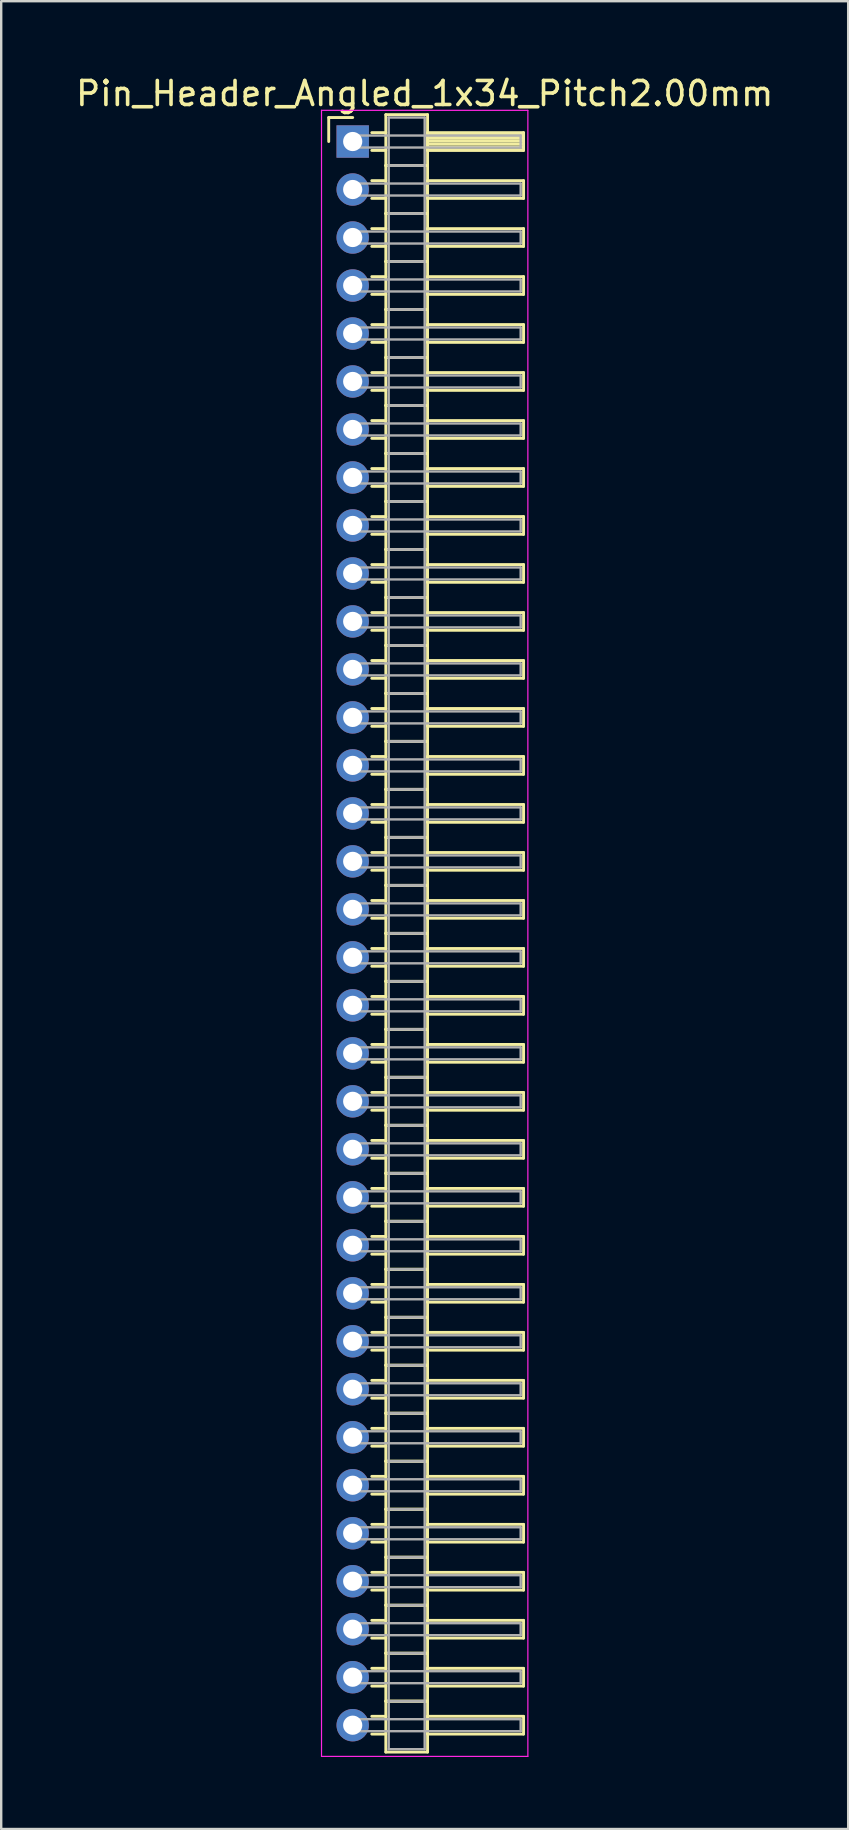
<source format=kicad_pcb>
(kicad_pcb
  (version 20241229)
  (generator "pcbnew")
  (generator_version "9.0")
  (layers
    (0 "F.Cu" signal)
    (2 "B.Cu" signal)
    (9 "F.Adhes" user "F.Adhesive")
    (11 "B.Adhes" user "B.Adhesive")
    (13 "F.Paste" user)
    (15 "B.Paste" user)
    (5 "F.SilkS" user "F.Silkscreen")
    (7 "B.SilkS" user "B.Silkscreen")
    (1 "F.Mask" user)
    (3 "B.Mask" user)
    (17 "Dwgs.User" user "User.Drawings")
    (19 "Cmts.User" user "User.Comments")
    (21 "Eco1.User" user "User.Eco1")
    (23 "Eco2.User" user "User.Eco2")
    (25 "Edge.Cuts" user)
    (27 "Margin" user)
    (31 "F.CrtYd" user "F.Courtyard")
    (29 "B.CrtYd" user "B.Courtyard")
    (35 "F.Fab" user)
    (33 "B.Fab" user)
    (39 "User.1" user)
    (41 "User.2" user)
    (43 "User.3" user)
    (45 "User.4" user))
  (footprint "Pin_Header_Angled_1x34_Pitch2.00mm"
    (layer "F.Cu")
    (at 11.649 2.848)
    (property "Reference" "Pin_Header_Angled_1x34_Pitch2.00mm" (at 3 -2 0) (layer "F.SilkS") (effects (font (size 1 1) (thickness 0.15))))
    (attr through_hole)
    (fp_line (start -1 -1) (end 0 -1) (stroke (width 0.12) (type solid)) (layer "F.SilkS"))
    (fp_line (start -1 0) (end -1 -1) (stroke (width 0.12) (type solid)) (layer "F.SilkS"))
    (fp_line (start 0.795 -0.37) (end 1.38 -0.37) (stroke (width 0.12) (type solid)) (layer "F.SilkS"))
    (fp_line (start 0.795 0.37) (end 1.38 0.37) (stroke (width 0.12) (type solid)) (layer "F.SilkS"))
    (fp_line (start 0.795 1.63) (end 1.38 1.63) (stroke (width 0.12) (type solid)) (layer "F.SilkS"))
    (fp_line (start 0.795 2.37) (end 1.38 2.37) (stroke (width 0.12) (type solid)) (layer "F.SilkS"))
    (fp_line (start 0.795 3.63) (end 1.38 3.63) (stroke (width 0.12) (type solid)) (layer "F.SilkS"))
    (fp_line (start 0.795 4.37) (end 1.38 4.37) (stroke (width 0.12) (type solid)) (layer "F.SilkS"))
    (fp_line (start 0.795 5.63) (end 1.38 5.63) (stroke (width 0.12) (type solid)) (layer "F.SilkS"))
    (fp_line (start 0.795 6.37) (end 1.38 6.37) (stroke (width 0.12) (type solid)) (layer "F.SilkS"))
    (fp_line (start 0.795 7.63) (end 1.38 7.63) (stroke (width 0.12) (type solid)) (layer "F.SilkS"))
    (fp_line (start 0.795 8.37) (end 1.38 8.37) (stroke (width 0.12) (type solid)) (layer "F.SilkS"))
    (fp_line (start 0.795 9.63) (end 1.38 9.63) (stroke (width 0.12) (type solid)) (layer "F.SilkS"))
    (fp_line (start 0.795 10.37) (end 1.38 10.37) (stroke (width 0.12) (type solid)) (layer "F.SilkS"))
    (fp_line (start 0.795 11.63) (end 1.38 11.63) (stroke (width 0.12) (type solid)) (layer "F.SilkS"))
    (fp_line (start 0.795 12.37) (end 1.38 12.37) (stroke (width 0.12) (type solid)) (layer "F.SilkS"))
    (fp_line (start 0.795 13.63) (end 1.38 13.63) (stroke (width 0.12) (type solid)) (layer "F.SilkS"))
    (fp_line (start 0.795 14.37) (end 1.38 14.37) (stroke (width 0.12) (type solid)) (layer "F.SilkS"))
    (fp_line (start 0.795 15.63) (end 1.38 15.63) (stroke (width 0.12) (type solid)) (layer "F.SilkS"))
    (fp_line (start 0.795 16.37) (end 1.38 16.37) (stroke (width 0.12) (type solid)) (layer "F.SilkS"))
    (fp_line (start 0.795 17.63) (end 1.38 17.63) (stroke (width 0.12) (type solid)) (layer "F.SilkS"))
    (fp_line (start 0.795 18.37) (end 1.38 18.37) (stroke (width 0.12) (type solid)) (layer "F.SilkS"))
    (fp_line (start 0.795 19.63) (end 1.38 19.63) (stroke (width 0.12) (type solid)) (layer "F.SilkS"))
    (fp_line (start 0.795 20.37) (end 1.38 20.37) (stroke (width 0.12) (type solid)) (layer "F.SilkS"))
    (fp_line (start 0.795 21.63) (end 1.38 21.63) (stroke (width 0.12) (type solid)) (layer "F.SilkS"))
    (fp_line (start 0.795 22.37) (end 1.38 22.37) (stroke (width 0.12) (type solid)) (layer "F.SilkS"))
    (fp_line (start 0.795 23.63) (end 1.38 23.63) (stroke (width 0.12) (type solid)) (layer "F.SilkS"))
    (fp_line (start 0.795 24.37) (end 1.38 24.37) (stroke (width 0.12) (type solid)) (layer "F.SilkS"))
    (fp_line (start 0.795 25.63) (end 1.38 25.63) (stroke (width 0.12) (type solid)) (layer "F.SilkS"))
    (fp_line (start 0.795 26.37) (end 1.38 26.37) (stroke (width 0.12) (type solid)) (layer "F.SilkS"))
    (fp_line (start 0.795 27.63) (end 1.38 27.63) (stroke (width 0.12) (type solid)) (layer "F.SilkS"))
    (fp_line (start 0.795 28.37) (end 1.38 28.37) (stroke (width 0.12) (type solid)) (layer "F.SilkS"))
    (fp_line (start 0.795 29.63) (end 1.38 29.63) (stroke (width 0.12) (type solid)) (layer "F.SilkS"))
    (fp_line (start 0.795 30.37) (end 1.38 30.37) (stroke (width 0.12) (type solid)) (layer "F.SilkS"))
    (fp_line (start 0.795 31.63) (end 1.38 31.63) (stroke (width 0.12) (type solid)) (layer "F.SilkS"))
    (fp_line (start 0.795 32.37) (end 1.38 32.37) (stroke (width 0.12) (type solid)) (layer "F.SilkS"))
    (fp_line (start 0.795 33.63) (end 1.38 33.63) (stroke (width 0.12) (type solid)) (layer "F.SilkS"))
    (fp_line (start 0.795 34.37) (end 1.38 34.37) (stroke (width 0.12) (type solid)) (layer "F.SilkS"))
    (fp_line (start 0.795 35.63) (end 1.38 35.63) (stroke (width 0.12) (type solid)) (layer "F.SilkS"))
    (fp_line (start 0.795 36.37) (end 1.38 36.37) (stroke (width 0.12) (type solid)) (layer "F.SilkS"))
    (fp_line (start 0.795 37.63) (end 1.38 37.63) (stroke (width 0.12) (type solid)) (layer "F.SilkS"))
    (fp_line (start 0.795 38.37) (end 1.38 38.37) (stroke (width 0.12) (type solid)) (layer "F.SilkS"))
    (fp_line (start 0.795 39.63) (end 1.38 39.63) (stroke (width 0.12) (type solid)) (layer "F.SilkS"))
    (fp_line (start 0.795 40.37) (end 1.38 40.37) (stroke (width 0.12) (type solid)) (layer "F.SilkS"))
    (fp_line (start 0.795 41.63) (end 1.38 41.63) (stroke (width 0.12) (type solid)) (layer "F.SilkS"))
    (fp_line (start 0.795 42.37) (end 1.38 42.37) (stroke (width 0.12) (type solid)) (layer "F.SilkS"))
    (fp_line (start 0.795 43.63) (end 1.38 43.63) (stroke (width 0.12) (type solid)) (layer "F.SilkS"))
    (fp_line (start 0.795 44.37) (end 1.38 44.37) (stroke (width 0.12) (type solid)) (layer "F.SilkS"))
    (fp_line (start 0.795 45.63) (end 1.38 45.63) (stroke (width 0.12) (type solid)) (layer "F.SilkS"))
    (fp_line (start 0.795 46.37) (end 1.38 46.37) (stroke (width 0.12) (type solid)) (layer "F.SilkS"))
    (fp_line (start 0.795 47.63) (end 1.38 47.63) (stroke (width 0.12) (type solid)) (layer "F.SilkS"))
    (fp_line (start 0.795 48.37) (end 1.38 48.37) (stroke (width 0.12) (type solid)) (layer "F.SilkS"))
    (fp_line (start 0.795 49.63) (end 1.38 49.63) (stroke (width 0.12) (type solid)) (layer "F.SilkS"))
    (fp_line (start 0.795 50.37) (end 1.38 50.37) (stroke (width 0.12) (type solid)) (layer "F.SilkS"))
    (fp_line (start 0.795 51.63) (end 1.38 51.63) (stroke (width 0.12) (type solid)) (layer "F.SilkS"))
    (fp_line (start 0.795 52.37) (end 1.38 52.37) (stroke (width 0.12) (type solid)) (layer "F.SilkS"))
    (fp_line (start 0.795 53.63) (end 1.38 53.63) (stroke (width 0.12) (type solid)) (layer "F.SilkS"))
    (fp_line (start 0.795 54.37) (end 1.38 54.37) (stroke (width 0.12) (type solid)) (layer "F.SilkS"))
    (fp_line (start 0.795 55.63) (end 1.38 55.63) (stroke (width 0.12) (type solid)) (layer "F.SilkS"))
    (fp_line (start 0.795 56.37) (end 1.38 56.37) (stroke (width 0.12) (type solid)) (layer "F.SilkS"))
    (fp_line (start 0.795 57.63) (end 1.38 57.63) (stroke (width 0.12) (type solid)) (layer "F.SilkS"))
    (fp_line (start 0.795 58.37) (end 1.38 58.37) (stroke (width 0.12) (type solid)) (layer "F.SilkS"))
    (fp_line (start 0.795 59.63) (end 1.38 59.63) (stroke (width 0.12) (type solid)) (layer "F.SilkS"))
    (fp_line (start 0.795 60.37) (end 1.38 60.37) (stroke (width 0.12) (type solid)) (layer "F.SilkS"))
    (fp_line (start 0.795 61.63) (end 1.38 61.63) (stroke (width 0.12) (type solid)) (layer "F.SilkS"))
    (fp_line (start 0.795 62.37) (end 1.38 62.37) (stroke (width 0.12) (type solid)) (layer "F.SilkS"))
    (fp_line (start 0.795 63.63) (end 1.38 63.63) (stroke (width 0.12) (type solid)) (layer "F.SilkS"))
    (fp_line (start 0.795 64.37) (end 1.38 64.37) (stroke (width 0.12) (type solid)) (layer "F.SilkS"))
    (fp_line (start 0.795 65.63) (end 1.38 65.63) (stroke (width 0.12) (type solid)) (layer "F.SilkS"))
    (fp_line (start 0.795 66.37) (end 1.38 66.37) (stroke (width 0.12) (type solid)) (layer "F.SilkS"))
    (fp_line (start 1.38 -1.12) (end 1.38 1) (stroke (width 0.12) (type solid)) (layer "F.SilkS"))
    (fp_line (start 1.38 1) (end 1.38 3) (stroke (width 0.12) (type solid)) (layer "F.SilkS"))
    (fp_line (start 1.38 1) (end 3.12 1) (stroke (width 0.12) (type solid)) (layer "F.SilkS"))
    (fp_line (start 1.38 3) (end 1.38 5) (stroke (width 0.12) (type solid)) (layer "F.SilkS"))
    (fp_line (start 1.38 3) (end 3.12 3) (stroke (width 0.12) (type solid)) (layer "F.SilkS"))
    (fp_line (start 1.38 5) (end 1.38 7) (stroke (width 0.12) (type solid)) (layer "F.SilkS"))
    (fp_line (start 1.38 5) (end 3.12 5) (stroke (width 0.12) (type solid)) (layer "F.SilkS"))
    (fp_line (start 1.38 7) (end 1.38 9) (stroke (width 0.12) (type solid)) (layer "F.SilkS"))
    (fp_line (start 1.38 7) (end 3.12 7) (stroke (width 0.12) (type solid)) (layer "F.SilkS"))
    (fp_line (start 1.38 9) (end 1.38 11) (stroke (width 0.12) (type solid)) (layer "F.SilkS"))
    (fp_line (start 1.38 9) (end 3.12 9) (stroke (width 0.12) (type solid)) (layer "F.SilkS"))
    (fp_line (start 1.38 11) (end 1.38 13) (stroke (width 0.12) (type solid)) (layer "F.SilkS"))
    (fp_line (start 1.38 11) (end 3.12 11) (stroke (width 0.12) (type solid)) (layer "F.SilkS"))
    (fp_line (start 1.38 13) (end 1.38 15) (stroke (width 0.12) (type solid)) (layer "F.SilkS"))
    (fp_line (start 1.38 13) (end 3.12 13) (stroke (width 0.12) (type solid)) (layer "F.SilkS"))
    (fp_line (start 1.38 15) (end 1.38 17) (stroke (width 0.12) (type solid)) (layer "F.SilkS"))
    (fp_line (start 1.38 15) (end 3.12 15) (stroke (width 0.12) (type solid)) (layer "F.SilkS"))
    (fp_line (start 1.38 17) (end 1.38 19) (stroke (width 0.12) (type solid)) (layer "F.SilkS"))
    (fp_line (start 1.38 17) (end 3.12 17) (stroke (width 0.12) (type solid)) (layer "F.SilkS"))
    (fp_line (start 1.38 19) (end 1.38 21) (stroke (width 0.12) (type solid)) (layer "F.SilkS"))
    (fp_line (start 1.38 19) (end 3.12 19) (stroke (width 0.12) (type solid)) (layer "F.SilkS"))
    (fp_line (start 1.38 21) (end 1.38 23) (stroke (width 0.12) (type solid)) (layer "F.SilkS"))
    (fp_line (start 1.38 21) (end 3.12 21) (stroke (width 0.12) (type solid)) (layer "F.SilkS"))
    (fp_line (start 1.38 23) (end 1.38 25) (stroke (width 0.12) (type solid)) (layer "F.SilkS"))
    (fp_line (start 1.38 23) (end 3.12 23) (stroke (width 0.12) (type solid)) (layer "F.SilkS"))
    (fp_line (start 1.38 25) (end 1.38 27) (stroke (width 0.12) (type solid)) (layer "F.SilkS"))
    (fp_line (start 1.38 25) (end 3.12 25) (stroke (width 0.12) (type solid)) (layer "F.SilkS"))
    (fp_line (start 1.38 27) (end 1.38 29) (stroke (width 0.12) (type solid)) (layer "F.SilkS"))
    (fp_line (start 1.38 27) (end 3.12 27) (stroke (width 0.12) (type solid)) (layer "F.SilkS"))
    (fp_line (start 1.38 29) (end 1.38 31) (stroke (width 0.12) (type solid)) (layer "F.SilkS"))
    (fp_line (start 1.38 29) (end 3.12 29) (stroke (width 0.12) (type solid)) (layer "F.SilkS"))
    (fp_line (start 1.38 31) (end 1.38 33) (stroke (width 0.12) (type solid)) (layer "F.SilkS"))
    (fp_line (start 1.38 31) (end 3.12 31) (stroke (width 0.12) (type solid)) (layer "F.SilkS"))
    (fp_line (start 1.38 33) (end 1.38 35) (stroke (width 0.12) (type solid)) (layer "F.SilkS"))
    (fp_line (start 1.38 33) (end 3.12 33) (stroke (width 0.12) (type solid)) (layer "F.SilkS"))
    (fp_line (start 1.38 35) (end 1.38 37) (stroke (width 0.12) (type solid)) (layer "F.SilkS"))
    (fp_line (start 1.38 35) (end 3.12 35) (stroke (width 0.12) (type solid)) (layer "F.SilkS"))
    (fp_line (start 1.38 37) (end 1.38 39) (stroke (width 0.12) (type solid)) (layer "F.SilkS"))
    (fp_line (start 1.38 37) (end 3.12 37) (stroke (width 0.12) (type solid)) (layer "F.SilkS"))
    (fp_line (start 1.38 39) (end 1.38 41) (stroke (width 0.12) (type solid)) (layer "F.SilkS"))
    (fp_line (start 1.38 39) (end 3.12 39) (stroke (width 0.12) (type solid)) (layer "F.SilkS"))
    (fp_line (start 1.38 41) (end 1.38 43) (stroke (width 0.12) (type solid)) (layer "F.SilkS"))
    (fp_line (start 1.38 41) (end 3.12 41) (stroke (width 0.12) (type solid)) (layer "F.SilkS"))
    (fp_line (start 1.38 43) (end 1.38 45) (stroke (width 0.12) (type solid)) (layer "F.SilkS"))
    (fp_line (start 1.38 43) (end 3.12 43) (stroke (width 0.12) (type solid)) (layer "F.SilkS"))
    (fp_line (start 1.38 45) (end 1.38 47) (stroke (width 0.12) (type solid)) (layer "F.SilkS"))
    (fp_line (start 1.38 45) (end 3.12 45) (stroke (width 0.12) (type solid)) (layer "F.SilkS"))
    (fp_line (start 1.38 47) (end 1.38 49) (stroke (width 0.12) (type solid)) (layer "F.SilkS"))
    (fp_line (start 1.38 47) (end 3.12 47) (stroke (width 0.12) (type solid)) (layer "F.SilkS"))
    (fp_line (start 1.38 49) (end 1.38 51) (stroke (width 0.12) (type solid)) (layer "F.SilkS"))
    (fp_line (start 1.38 49) (end 3.12 49) (stroke (width 0.12) (type solid)) (layer "F.SilkS"))
    (fp_line (start 1.38 51) (end 1.38 53) (stroke (width 0.12) (type solid)) (layer "F.SilkS"))
    (fp_line (start 1.38 51) (end 3.12 51) (stroke (width 0.12) (type solid)) (layer "F.SilkS"))
    (fp_line (start 1.38 53) (end 1.38 55) (stroke (width 0.12) (type solid)) (layer "F.SilkS"))
    (fp_line (start 1.38 53) (end 3.12 53) (stroke (width 0.12) (type solid)) (layer "F.SilkS"))
    (fp_line (start 1.38 55) (end 1.38 57) (stroke (width 0.12) (type solid)) (layer "F.SilkS"))
    (fp_line (start 1.38 55) (end 3.12 55) (stroke (width 0.12) (type solid)) (layer "F.SilkS"))
    (fp_line (start 1.38 57) (end 1.38 59) (stroke (width 0.12) (type solid)) (layer "F.SilkS"))
    (fp_line (start 1.38 57) (end 3.12 57) (stroke (width 0.12) (type solid)) (layer "F.SilkS"))
    (fp_line (start 1.38 59) (end 1.38 61) (stroke (width 0.12) (type solid)) (layer "F.SilkS"))
    (fp_line (start 1.38 59) (end 3.12 59) (stroke (width 0.12) (type solid)) (layer "F.SilkS"))
    (fp_line (start 1.38 61) (end 1.38 63) (stroke (width 0.12) (type solid)) (layer "F.SilkS"))
    (fp_line (start 1.38 61) (end 3.12 61) (stroke (width 0.12) (type solid)) (layer "F.SilkS"))
    (fp_line (start 1.38 63) (end 1.38 65) (stroke (width 0.12) (type solid)) (layer "F.SilkS"))
    (fp_line (start 1.38 63) (end 3.12 63) (stroke (width 0.12) (type solid)) (layer "F.SilkS"))
    (fp_line (start 1.38 65) (end 1.38 67.12) (stroke (width 0.12) (type solid)) (layer "F.SilkS"))
    (fp_line (start 1.38 65) (end 3.12 65) (stroke (width 0.12) (type solid)) (layer "F.SilkS"))
    (fp_line (start 1.38 67.12) (end 3.12 67.12) (stroke (width 0.12) (type solid)) (layer "F.SilkS"))
    (fp_line (start 3.12 -1.12) (end 1.38 -1.12) (stroke (width 0.12) (type solid)) (layer "F.SilkS"))
    (fp_line (start 3.12 -0.37) (end 3.12 0.37) (stroke (width 0.12) (type solid)) (layer "F.SilkS"))
    (fp_line (start 3.12 -0.25) (end 7.12 -0.25) (stroke (width 0.12) (type solid)) (layer "F.SilkS"))
    (fp_line (start 3.12 -0.13) (end 7.12 -0.13) (stroke (width 0.12) (type solid)) (layer "F.SilkS"))
    (fp_line (start 3.12 -0.01) (end 7.12 -0.01) (stroke (width 0.12) (type solid)) (layer "F.SilkS"))
    (fp_line (start 3.12 0.11) (end 7.12 0.11) (stroke (width 0.12) (type solid)) (layer "F.SilkS"))
    (fp_line (start 3.12 0.23) (end 7.12 0.23) (stroke (width 0.12) (type solid)) (layer "F.SilkS"))
    (fp_line (start 3.12 0.35) (end 7.12 0.35) (stroke (width 0.12) (type solid)) (layer "F.SilkS"))
    (fp_line (start 3.12 0.37) (end 7.12 0.37) (stroke (width 0.12) (type solid)) (layer "F.SilkS"))
    (fp_line (start 3.12 1) (end 1.38 1) (stroke (width 0.12) (type solid)) (layer "F.SilkS"))
    (fp_line (start 3.12 1) (end 3.12 -1.12) (stroke (width 0.12) (type solid)) (layer "F.SilkS"))
    (fp_line (start 3.12 1.63) (end 3.12 2.37) (stroke (width 0.12) (type solid)) (layer "F.SilkS"))
    (fp_line (start 3.12 2.37) (end 7.12 2.37) (stroke (width 0.12) (type solid)) (layer "F.SilkS"))
    (fp_line (start 3.12 3) (end 1.38 3) (stroke (width 0.12) (type solid)) (layer "F.SilkS"))
    (fp_line (start 3.12 3) (end 3.12 1) (stroke (width 0.12) (type solid)) (layer "F.SilkS"))
    (fp_line (start 3.12 3.63) (end 3.12 4.37) (stroke (width 0.12) (type solid)) (layer "F.SilkS"))
    (fp_line (start 3.12 4.37) (end 7.12 4.37) (stroke (width 0.12) (type solid)) (layer "F.SilkS"))
    (fp_line (start 3.12 5) (end 1.38 5) (stroke (width 0.12) (type solid)) (layer "F.SilkS"))
    (fp_line (start 3.12 5) (end 3.12 3) (stroke (width 0.12) (type solid)) (layer "F.SilkS"))
    (fp_line (start 3.12 5.63) (end 3.12 6.37) (stroke (width 0.12) (type solid)) (layer "F.SilkS"))
    (fp_line (start 3.12 6.37) (end 7.12 6.37) (stroke (width 0.12) (type solid)) (layer "F.SilkS"))
    (fp_line (start 3.12 7) (end 1.38 7) (stroke (width 0.12) (type solid)) (layer "F.SilkS"))
    (fp_line (start 3.12 7) (end 3.12 5) (stroke (width 0.12) (type solid)) (layer "F.SilkS"))
    (fp_line (start 3.12 7.63) (end 3.12 8.37) (stroke (width 0.12) (type solid)) (layer "F.SilkS"))
    (fp_line (start 3.12 8.37) (end 7.12 8.37) (stroke (width 0.12) (type solid)) (layer "F.SilkS"))
    (fp_line (start 3.12 9) (end 1.38 9) (stroke (width 0.12) (type solid)) (layer "F.SilkS"))
    (fp_line (start 3.12 9) (end 3.12 7) (stroke (width 0.12) (type solid)) (layer "F.SilkS"))
    (fp_line (start 3.12 9.63) (end 3.12 10.37) (stroke (width 0.12) (type solid)) (layer "F.SilkS"))
    (fp_line (start 3.12 10.37) (end 7.12 10.37) (stroke (width 0.12) (type solid)) (layer "F.SilkS"))
    (fp_line (start 3.12 11) (end 1.38 11) (stroke (width 0.12) (type solid)) (layer "F.SilkS"))
    (fp_line (start 3.12 11) (end 3.12 9) (stroke (width 0.12) (type solid)) (layer "F.SilkS"))
    (fp_line (start 3.12 11.63) (end 3.12 12.37) (stroke (width 0.12) (type solid)) (layer "F.SilkS"))
    (fp_line (start 3.12 12.37) (end 7.12 12.37) (stroke (width 0.12) (type solid)) (layer "F.SilkS"))
    (fp_line (start 3.12 13) (end 1.38 13) (stroke (width 0.12) (type solid)) (layer "F.SilkS"))
    (fp_line (start 3.12 13) (end 3.12 11) (stroke (width 0.12) (type solid)) (layer "F.SilkS"))
    (fp_line (start 3.12 13.63) (end 3.12 14.37) (stroke (width 0.12) (type solid)) (layer "F.SilkS"))
    (fp_line (start 3.12 14.37) (end 7.12 14.37) (stroke (width 0.12) (type solid)) (layer "F.SilkS"))
    (fp_line (start 3.12 15) (end 1.38 15) (stroke (width 0.12) (type solid)) (layer "F.SilkS"))
    (fp_line (start 3.12 15) (end 3.12 13) (stroke (width 0.12) (type solid)) (layer "F.SilkS"))
    (fp_line (start 3.12 15.63) (end 3.12 16.37) (stroke (width 0.12) (type solid)) (layer "F.SilkS"))
    (fp_line (start 3.12 16.37) (end 7.12 16.37) (stroke (width 0.12) (type solid)) (layer "F.SilkS"))
    (fp_line (start 3.12 17) (end 1.38 17) (stroke (width 0.12) (type solid)) (layer "F.SilkS"))
    (fp_line (start 3.12 17) (end 3.12 15) (stroke (width 0.12) (type solid)) (layer "F.SilkS"))
    (fp_line (start 3.12 17.63) (end 3.12 18.37) (stroke (width 0.12) (type solid)) (layer "F.SilkS"))
    (fp_line (start 3.12 18.37) (end 7.12 18.37) (stroke (width 0.12) (type solid)) (layer "F.SilkS"))
    (fp_line (start 3.12 19) (end 1.38 19) (stroke (width 0.12) (type solid)) (layer "F.SilkS"))
    (fp_line (start 3.12 19) (end 3.12 17) (stroke (width 0.12) (type solid)) (layer "F.SilkS"))
    (fp_line (start 3.12 19.63) (end 3.12 20.37) (stroke (width 0.12) (type solid)) (layer "F.SilkS"))
    (fp_line (start 3.12 20.37) (end 7.12 20.37) (stroke (width 0.12) (type solid)) (layer "F.SilkS"))
    (fp_line (start 3.12 21) (end 1.38 21) (stroke (width 0.12) (type solid)) (layer "F.SilkS"))
    (fp_line (start 3.12 21) (end 3.12 19) (stroke (width 0.12) (type solid)) (layer "F.SilkS"))
    (fp_line (start 3.12 21.63) (end 3.12 22.37) (stroke (width 0.12) (type solid)) (layer "F.SilkS"))
    (fp_line (start 3.12 22.37) (end 7.12 22.37) (stroke (width 0.12) (type solid)) (layer "F.SilkS"))
    (fp_line (start 3.12 23) (end 1.38 23) (stroke (width 0.12) (type solid)) (layer "F.SilkS"))
    (fp_line (start 3.12 23) (end 3.12 21) (stroke (width 0.12) (type solid)) (layer "F.SilkS"))
    (fp_line (start 3.12 23.63) (end 3.12 24.37) (stroke (width 0.12) (type solid)) (layer "F.SilkS"))
    (fp_line (start 3.12 24.37) (end 7.12 24.37) (stroke (width 0.12) (type solid)) (layer "F.SilkS"))
    (fp_line (start 3.12 25) (end 1.38 25) (stroke (width 0.12) (type solid)) (layer "F.SilkS"))
    (fp_line (start 3.12 25) (end 3.12 23) (stroke (width 0.12) (type solid)) (layer "F.SilkS"))
    (fp_line (start 3.12 25.63) (end 3.12 26.37) (stroke (width 0.12) (type solid)) (layer "F.SilkS"))
    (fp_line (start 3.12 26.37) (end 7.12 26.37) (stroke (width 0.12) (type solid)) (layer "F.SilkS"))
    (fp_line (start 3.12 27) (end 1.38 27) (stroke (width 0.12) (type solid)) (layer "F.SilkS"))
    (fp_line (start 3.12 27) (end 3.12 25) (stroke (width 0.12) (type solid)) (layer "F.SilkS"))
    (fp_line (start 3.12 27.63) (end 3.12 28.37) (stroke (width 0.12) (type solid)) (layer "F.SilkS"))
    (fp_line (start 3.12 28.37) (end 7.12 28.37) (stroke (width 0.12) (type solid)) (layer "F.SilkS"))
    (fp_line (start 3.12 29) (end 1.38 29) (stroke (width 0.12) (type solid)) (layer "F.SilkS"))
    (fp_line (start 3.12 29) (end 3.12 27) (stroke (width 0.12) (type solid)) (layer "F.SilkS"))
    (fp_line (start 3.12 29.63) (end 3.12 30.37) (stroke (width 0.12) (type solid)) (layer "F.SilkS"))
    (fp_line (start 3.12 30.37) (end 7.12 30.37) (stroke (width 0.12) (type solid)) (layer "F.SilkS"))
    (fp_line (start 3.12 31) (end 1.38 31) (stroke (width 0.12) (type solid)) (layer "F.SilkS"))
    (fp_line (start 3.12 31) (end 3.12 29) (stroke (width 0.12) (type solid)) (layer "F.SilkS"))
    (fp_line (start 3.12 31.63) (end 3.12 32.37) (stroke (width 0.12) (type solid)) (layer "F.SilkS"))
    (fp_line (start 3.12 32.37) (end 7.12 32.37) (stroke (width 0.12) (type solid)) (layer "F.SilkS"))
    (fp_line (start 3.12 33) (end 1.38 33) (stroke (width 0.12) (type solid)) (layer "F.SilkS"))
    (fp_line (start 3.12 33) (end 3.12 31) (stroke (width 0.12) (type solid)) (layer "F.SilkS"))
    (fp_line (start 3.12 33.63) (end 3.12 34.37) (stroke (width 0.12) (type solid)) (layer "F.SilkS"))
    (fp_line (start 3.12 34.37) (end 7.12 34.37) (stroke (width 0.12) (type solid)) (layer "F.SilkS"))
    (fp_line (start 3.12 35) (end 1.38 35) (stroke (width 0.12) (type solid)) (layer "F.SilkS"))
    (fp_line (start 3.12 35) (end 3.12 33) (stroke (width 0.12) (type solid)) (layer "F.SilkS"))
    (fp_line (start 3.12 35.63) (end 3.12 36.37) (stroke (width 0.12) (type solid)) (layer "F.SilkS"))
    (fp_line (start 3.12 36.37) (end 7.12 36.37) (stroke (width 0.12) (type solid)) (layer "F.SilkS"))
    (fp_line (start 3.12 37) (end 1.38 37) (stroke (width 0.12) (type solid)) (layer "F.SilkS"))
    (fp_line (start 3.12 37) (end 3.12 35) (stroke (width 0.12) (type solid)) (layer "F.SilkS"))
    (fp_line (start 3.12 37.63) (end 3.12 38.37) (stroke (width 0.12) (type solid)) (layer "F.SilkS"))
    (fp_line (start 3.12 38.37) (end 7.12 38.37) (stroke (width 0.12) (type solid)) (layer "F.SilkS"))
    (fp_line (start 3.12 39) (end 1.38 39) (stroke (width 0.12) (type solid)) (layer "F.SilkS"))
    (fp_line (start 3.12 39) (end 3.12 37) (stroke (width 0.12) (type solid)) (layer "F.SilkS"))
    (fp_line (start 3.12 39.63) (end 3.12 40.37) (stroke (width 0.12) (type solid)) (layer "F.SilkS"))
    (fp_line (start 3.12 40.37) (end 7.12 40.37) (stroke (width 0.12) (type solid)) (layer "F.SilkS"))
    (fp_line (start 3.12 41) (end 1.38 41) (stroke (width 0.12) (type solid)) (layer "F.SilkS"))
    (fp_line (start 3.12 41) (end 3.12 39) (stroke (width 0.12) (type solid)) (layer "F.SilkS"))
    (fp_line (start 3.12 41.63) (end 3.12 42.37) (stroke (width 0.12) (type solid)) (layer "F.SilkS"))
    (fp_line (start 3.12 42.37) (end 7.12 42.37) (stroke (width 0.12) (type solid)) (layer "F.SilkS"))
    (fp_line (start 3.12 43) (end 1.38 43) (stroke (width 0.12) (type solid)) (layer "F.SilkS"))
    (fp_line (start 3.12 43) (end 3.12 41) (stroke (width 0.12) (type solid)) (layer "F.SilkS"))
    (fp_line (start 3.12 43.63) (end 3.12 44.37) (stroke (width 0.12) (type solid)) (layer "F.SilkS"))
    (fp_line (start 3.12 44.37) (end 7.12 44.37) (stroke (width 0.12) (type solid)) (layer "F.SilkS"))
    (fp_line (start 3.12 45) (end 1.38 45) (stroke (width 0.12) (type solid)) (layer "F.SilkS"))
    (fp_line (start 3.12 45) (end 3.12 43) (stroke (width 0.12) (type solid)) (layer "F.SilkS"))
    (fp_line (start 3.12 45.63) (end 3.12 46.37) (stroke (width 0.12) (type solid)) (layer "F.SilkS"))
    (fp_line (start 3.12 46.37) (end 7.12 46.37) (stroke (width 0.12) (type solid)) (layer "F.SilkS"))
    (fp_line (start 3.12 47) (end 1.38 47) (stroke (width 0.12) (type solid)) (layer "F.SilkS"))
    (fp_line (start 3.12 47) (end 3.12 45) (stroke (width 0.12) (type solid)) (layer "F.SilkS"))
    (fp_line (start 3.12 47.63) (end 3.12 48.37) (stroke (width 0.12) (type solid)) (layer "F.SilkS"))
    (fp_line (start 3.12 48.37) (end 7.12 48.37) (stroke (width 0.12) (type solid)) (layer "F.SilkS"))
    (fp_line (start 3.12 49) (end 1.38 49) (stroke (width 0.12) (type solid)) (layer "F.SilkS"))
    (fp_line (start 3.12 49) (end 3.12 47) (stroke (width 0.12) (type solid)) (layer "F.SilkS"))
    (fp_line (start 3.12 49.63) (end 3.12 50.37) (stroke (width 0.12) (type solid)) (layer "F.SilkS"))
    (fp_line (start 3.12 50.37) (end 7.12 50.37) (stroke (width 0.12) (type solid)) (layer "F.SilkS"))
    (fp_line (start 3.12 51) (end 1.38 51) (stroke (width 0.12) (type solid)) (layer "F.SilkS"))
    (fp_line (start 3.12 51) (end 3.12 49) (stroke (width 0.12) (type solid)) (layer "F.SilkS"))
    (fp_line (start 3.12 51.63) (end 3.12 52.37) (stroke (width 0.12) (type solid)) (layer "F.SilkS"))
    (fp_line (start 3.12 52.37) (end 7.12 52.37) (stroke (width 0.12) (type solid)) (layer "F.SilkS"))
    (fp_line (start 3.12 53) (end 1.38 53) (stroke (width 0.12) (type solid)) (layer "F.SilkS"))
    (fp_line (start 3.12 53) (end 3.12 51) (stroke (width 0.12) (type solid)) (layer "F.SilkS"))
    (fp_line (start 3.12 53.63) (end 3.12 54.37) (stroke (width 0.12) (type solid)) (layer "F.SilkS"))
    (fp_line (start 3.12 54.37) (end 7.12 54.37) (stroke (width 0.12) (type solid)) (layer "F.SilkS"))
    (fp_line (start 3.12 55) (end 1.38 55) (stroke (width 0.12) (type solid)) (layer "F.SilkS"))
    (fp_line (start 3.12 55) (end 3.12 53) (stroke (width 0.12) (type solid)) (layer "F.SilkS"))
    (fp_line (start 3.12 55.63) (end 3.12 56.37) (stroke (width 0.12) (type solid)) (layer "F.SilkS"))
    (fp_line (start 3.12 56.37) (end 7.12 56.37) (stroke (width 0.12) (type solid)) (layer "F.SilkS"))
    (fp_line (start 3.12 57) (end 1.38 57) (stroke (width 0.12) (type solid)) (layer "F.SilkS"))
    (fp_line (start 3.12 57) (end 3.12 55) (stroke (width 0.12) (type solid)) (layer "F.SilkS"))
    (fp_line (start 3.12 57.63) (end 3.12 58.37) (stroke (width 0.12) (type solid)) (layer "F.SilkS"))
    (fp_line (start 3.12 58.37) (end 7.12 58.37) (stroke (width 0.12) (type solid)) (layer "F.SilkS"))
    (fp_line (start 3.12 59) (end 1.38 59) (stroke (width 0.12) (type solid)) (layer "F.SilkS"))
    (fp_line (start 3.12 59) (end 3.12 57) (stroke (width 0.12) (type solid)) (layer "F.SilkS"))
    (fp_line (start 3.12 59.63) (end 3.12 60.37) (stroke (width 0.12) (type solid)) (layer "F.SilkS"))
    (fp_line (start 3.12 60.37) (end 7.12 60.37) (stroke (width 0.12) (type solid)) (layer "F.SilkS"))
    (fp_line (start 3.12 61) (end 1.38 61) (stroke (width 0.12) (type solid)) (layer "F.SilkS"))
    (fp_line (start 3.12 61) (end 3.12 59) (stroke (width 0.12) (type solid)) (layer "F.SilkS"))
    (fp_line (start 3.12 61.63) (end 3.12 62.37) (stroke (width 0.12) (type solid)) (layer "F.SilkS"))
    (fp_line (start 3.12 62.37) (end 7.12 62.37) (stroke (width 0.12) (type solid)) (layer "F.SilkS"))
    (fp_line (start 3.12 63) (end 1.38 63) (stroke (width 0.12) (type solid)) (layer "F.SilkS"))
    (fp_line (start 3.12 63) (end 3.12 61) (stroke (width 0.12) (type solid)) (layer "F.SilkS"))
    (fp_line (start 3.12 63.63) (end 3.12 64.37) (stroke (width 0.12) (type solid)) (layer "F.SilkS"))
    (fp_line (start 3.12 64.37) (end 7.12 64.37) (stroke (width 0.12) (type solid)) (layer "F.SilkS"))
    (fp_line (start 3.12 65) (end 1.38 65) (stroke (width 0.12) (type solid)) (layer "F.SilkS"))
    (fp_line (start 3.12 65) (end 3.12 63) (stroke (width 0.12) (type solid)) (layer "F.SilkS"))
    (fp_line (start 3.12 65.63) (end 3.12 66.37) (stroke (width 0.12) (type solid)) (layer "F.SilkS"))
    (fp_line (start 3.12 66.37) (end 7.12 66.37) (stroke (width 0.12) (type solid)) (layer "F.SilkS"))
    (fp_line (start 3.12 67.12) (end 3.12 65) (stroke (width 0.12) (type solid)) (layer "F.SilkS"))
    (fp_line (start 7.12 -0.37) (end 3.12 -0.37) (stroke (width 0.12) (type solid)) (layer "F.SilkS"))
    (fp_line (start 7.12 0.37) (end 7.12 -0.37) (stroke (width 0.12) (type solid)) (layer "F.SilkS"))
    (fp_line (start 7.12 1.63) (end 3.12 1.63) (stroke (width 0.12) (type solid)) (layer "F.SilkS"))
    (fp_line (start 7.12 2.37) (end 7.12 1.63) (stroke (width 0.12) (type solid)) (layer "F.SilkS"))
    (fp_line (start 7.12 3.63) (end 3.12 3.63) (stroke (width 0.12) (type solid)) (layer "F.SilkS"))
    (fp_line (start 7.12 4.37) (end 7.12 3.63) (stroke (width 0.12) (type solid)) (layer "F.SilkS"))
    (fp_line (start 7.12 5.63) (end 3.12 5.63) (stroke (width 0.12) (type solid)) (layer "F.SilkS"))
    (fp_line (start 7.12 6.37) (end 7.12 5.63) (stroke (width 0.12) (type solid)) (layer "F.SilkS"))
    (fp_line (start 7.12 7.63) (end 3.12 7.63) (stroke (width 0.12) (type solid)) (layer "F.SilkS"))
    (fp_line (start 7.12 8.37) (end 7.12 7.63) (stroke (width 0.12) (type solid)) (layer "F.SilkS"))
    (fp_line (start 7.12 9.63) (end 3.12 9.63) (stroke (width 0.12) (type solid)) (layer "F.SilkS"))
    (fp_line (start 7.12 10.37) (end 7.12 9.63) (stroke (width 0.12) (type solid)) (layer "F.SilkS"))
    (fp_line (start 7.12 11.63) (end 3.12 11.63) (stroke (width 0.12) (type solid)) (layer "F.SilkS"))
    (fp_line (start 7.12 12.37) (end 7.12 11.63) (stroke (width 0.12) (type solid)) (layer "F.SilkS"))
    (fp_line (start 7.12 13.63) (end 3.12 13.63) (stroke (width 0.12) (type solid)) (layer "F.SilkS"))
    (fp_line (start 7.12 14.37) (end 7.12 13.63) (stroke (width 0.12) (type solid)) (layer "F.SilkS"))
    (fp_line (start 7.12 15.63) (end 3.12 15.63) (stroke (width 0.12) (type solid)) (layer "F.SilkS"))
    (fp_line (start 7.12 16.37) (end 7.12 15.63) (stroke (width 0.12) (type solid)) (layer "F.SilkS"))
    (fp_line (start 7.12 17.63) (end 3.12 17.63) (stroke (width 0.12) (type solid)) (layer "F.SilkS"))
    (fp_line (start 7.12 18.37) (end 7.12 17.63) (stroke (width 0.12) (type solid)) (layer "F.SilkS"))
    (fp_line (start 7.12 19.63) (end 3.12 19.63) (stroke (width 0.12) (type solid)) (layer "F.SilkS"))
    (fp_line (start 7.12 20.37) (end 7.12 19.63) (stroke (width 0.12) (type solid)) (layer "F.SilkS"))
    (fp_line (start 7.12 21.63) (end 3.12 21.63) (stroke (width 0.12) (type solid)) (layer "F.SilkS"))
    (fp_line (start 7.12 22.37) (end 7.12 21.63) (stroke (width 0.12) (type solid)) (layer "F.SilkS"))
    (fp_line (start 7.12 23.63) (end 3.12 23.63) (stroke (width 0.12) (type solid)) (layer "F.SilkS"))
    (fp_line (start 7.12 24.37) (end 7.12 23.63) (stroke (width 0.12) (type solid)) (layer "F.SilkS"))
    (fp_line (start 7.12 25.63) (end 3.12 25.63) (stroke (width 0.12) (type solid)) (layer "F.SilkS"))
    (fp_line (start 7.12 26.37) (end 7.12 25.63) (stroke (width 0.12) (type solid)) (layer "F.SilkS"))
    (fp_line (start 7.12 27.63) (end 3.12 27.63) (stroke (width 0.12) (type solid)) (layer "F.SilkS"))
    (fp_line (start 7.12 28.37) (end 7.12 27.63) (stroke (width 0.12) (type solid)) (layer "F.SilkS"))
    (fp_line (start 7.12 29.63) (end 3.12 29.63) (stroke (width 0.12) (type solid)) (layer "F.SilkS"))
    (fp_line (start 7.12 30.37) (end 7.12 29.63) (stroke (width 0.12) (type solid)) (layer "F.SilkS"))
    (fp_line (start 7.12 31.63) (end 3.12 31.63) (stroke (width 0.12) (type solid)) (layer "F.SilkS"))
    (fp_line (start 7.12 32.37) (end 7.12 31.63) (stroke (width 0.12) (type solid)) (layer "F.SilkS"))
    (fp_line (start 7.12 33.63) (end 3.12 33.63) (stroke (width 0.12) (type solid)) (layer "F.SilkS"))
    (fp_line (start 7.12 34.37) (end 7.12 33.63) (stroke (width 0.12) (type solid)) (layer "F.SilkS"))
    (fp_line (start 7.12 35.63) (end 3.12 35.63) (stroke (width 0.12) (type solid)) (layer "F.SilkS"))
    (fp_line (start 7.12 36.37) (end 7.12 35.63) (stroke (width 0.12) (type solid)) (layer "F.SilkS"))
    (fp_line (start 7.12 37.63) (end 3.12 37.63) (stroke (width 0.12) (type solid)) (layer "F.SilkS"))
    (fp_line (start 7.12 38.37) (end 7.12 37.63) (stroke (width 0.12) (type solid)) (layer "F.SilkS"))
    (fp_line (start 7.12 39.63) (end 3.12 39.63) (stroke (width 0.12) (type solid)) (layer "F.SilkS"))
    (fp_line (start 7.12 40.37) (end 7.12 39.63) (stroke (width 0.12) (type solid)) (layer "F.SilkS"))
    (fp_line (start 7.12 41.63) (end 3.12 41.63) (stroke (width 0.12) (type solid)) (layer "F.SilkS"))
    (fp_line (start 7.12 42.37) (end 7.12 41.63) (stroke (width 0.12) (type solid)) (layer "F.SilkS"))
    (fp_line (start 7.12 43.63) (end 3.12 43.63) (stroke (width 0.12) (type solid)) (layer "F.SilkS"))
    (fp_line (start 7.12 44.37) (end 7.12 43.63) (stroke (width 0.12) (type solid)) (layer "F.SilkS"))
    (fp_line (start 7.12 45.63) (end 3.12 45.63) (stroke (width 0.12) (type solid)) (layer "F.SilkS"))
    (fp_line (start 7.12 46.37) (end 7.12 45.63) (stroke (width 0.12) (type solid)) (layer "F.SilkS"))
    (fp_line (start 7.12 47.63) (end 3.12 47.63) (stroke (width 0.12) (type solid)) (layer "F.SilkS"))
    (fp_line (start 7.12 48.37) (end 7.12 47.63) (stroke (width 0.12) (type solid)) (layer "F.SilkS"))
    (fp_line (start 7.12 49.63) (end 3.12 49.63) (stroke (width 0.12) (type solid)) (layer "F.SilkS"))
    (fp_line (start 7.12 50.37) (end 7.12 49.63) (stroke (width 0.12) (type solid)) (layer "F.SilkS"))
    (fp_line (start 7.12 51.63) (end 3.12 51.63) (stroke (width 0.12) (type solid)) (layer "F.SilkS"))
    (fp_line (start 7.12 52.37) (end 7.12 51.63) (stroke (width 0.12) (type solid)) (layer "F.SilkS"))
    (fp_line (start 7.12 53.63) (end 3.12 53.63) (stroke (width 0.12) (type solid)) (layer "F.SilkS"))
    (fp_line (start 7.12 54.37) (end 7.12 53.63) (stroke (width 0.12) (type solid)) (layer "F.SilkS"))
    (fp_line (start 7.12 55.63) (end 3.12 55.63) (stroke (width 0.12) (type solid)) (layer "F.SilkS"))
    (fp_line (start 7.12 56.37) (end 7.12 55.63) (stroke (width 0.12) (type solid)) (layer "F.SilkS"))
    (fp_line (start 7.12 57.63) (end 3.12 57.63) (stroke (width 0.12) (type solid)) (layer "F.SilkS"))
    (fp_line (start 7.12 58.37) (end 7.12 57.63) (stroke (width 0.12) (type solid)) (layer "F.SilkS"))
    (fp_line (start 7.12 59.63) (end 3.12 59.63) (stroke (width 0.12) (type solid)) (layer "F.SilkS"))
    (fp_line (start 7.12 60.37) (end 7.12 59.63) (stroke (width 0.12) (type solid)) (layer "F.SilkS"))
    (fp_line (start 7.12 61.63) (end 3.12 61.63) (stroke (width 0.12) (type solid)) (layer "F.SilkS"))
    (fp_line (start 7.12 62.37) (end 7.12 61.63) (stroke (width 0.12) (type solid)) (layer "F.SilkS"))
    (fp_line (start 7.12 63.63) (end 3.12 63.63) (stroke (width 0.12) (type solid)) (layer "F.SilkS"))
    (fp_line (start 7.12 64.37) (end 7.12 63.63) (stroke (width 0.12) (type solid)) (layer "F.SilkS"))
    (fp_line (start 7.12 65.63) (end 3.12 65.63) (stroke (width 0.12) (type solid)) (layer "F.SilkS"))
    (fp_line (start 7.12 66.37) (end 7.12 65.63) (stroke (width 0.12) (type solid)) (layer "F.SilkS"))
    (fp_line (start -1.3 -1.3) (end -1.3 67.3) (stroke (width 0.05) (type solid)) (layer "F.CrtYd"))
    (fp_line (start -1.3 67.3) (end 7.3 67.3) (stroke (width 0.05) (type solid)) (layer "F.CrtYd"))
    (fp_line (start 7.3 -1.3) (end -1.3 -1.3) (stroke (width 0.05) (type solid)) (layer "F.CrtYd"))
    (fp_line (start 7.3 67.3) (end 7.3 -1.3) (stroke (width 0.05) (type solid)) (layer "F.CrtYd"))
    (fp_line (start 0 -0.25) (end 0 0.25) (stroke (width 0.1) (type solid)) (layer "F.Fab"))
    (fp_line (start 0 0.25) (end 7 0.25) (stroke (width 0.1) (type solid)) (layer "F.Fab"))
    (fp_line (start 0 1.75) (end 0 2.25) (stroke (width 0.1) (type solid)) (layer "F.Fab"))
    (fp_line (start 0 2.25) (end 7 2.25) (stroke (width 0.1) (type solid)) (layer "F.Fab"))
    (fp_line (start 0 3.75) (end 0 4.25) (stroke (width 0.1) (type solid)) (layer "F.Fab"))
    (fp_line (start 0 4.25) (end 7 4.25) (stroke (width 0.1) (type solid)) (layer "F.Fab"))
    (fp_line (start 0 5.75) (end 0 6.25) (stroke (width 0.1) (type solid)) (layer "F.Fab"))
    (fp_line (start 0 6.25) (end 7 6.25) (stroke (width 0.1) (type solid)) (layer "F.Fab"))
    (fp_line (start 0 7.75) (end 0 8.25) (stroke (width 0.1) (type solid)) (layer "F.Fab"))
    (fp_line (start 0 8.25) (end 7 8.25) (stroke (width 0.1) (type solid)) (layer "F.Fab"))
    (fp_line (start 0 9.75) (end 0 10.25) (stroke (width 0.1) (type solid)) (layer "F.Fab"))
    (fp_line (start 0 10.25) (end 7 10.25) (stroke (width 0.1) (type solid)) (layer "F.Fab"))
    (fp_line (start 0 11.75) (end 0 12.25) (stroke (width 0.1) (type solid)) (layer "F.Fab"))
    (fp_line (start 0 12.25) (end 7 12.25) (stroke (width 0.1) (type solid)) (layer "F.Fab"))
    (fp_line (start 0 13.75) (end 0 14.25) (stroke (width 0.1) (type solid)) (layer "F.Fab"))
    (fp_line (start 0 14.25) (end 7 14.25) (stroke (width 0.1) (type solid)) (layer "F.Fab"))
    (fp_line (start 0 15.75) (end 0 16.25) (stroke (width 0.1) (type solid)) (layer "F.Fab"))
    (fp_line (start 0 16.25) (end 7 16.25) (stroke (width 0.1) (type solid)) (layer "F.Fab"))
    (fp_line (start 0 17.75) (end 0 18.25) (stroke (width 0.1) (type solid)) (layer "F.Fab"))
    (fp_line (start 0 18.25) (end 7 18.25) (stroke (width 0.1) (type solid)) (layer "F.Fab"))
    (fp_line (start 0 19.75) (end 0 20.25) (stroke (width 0.1) (type solid)) (layer "F.Fab"))
    (fp_line (start 0 20.25) (end 7 20.25) (stroke (width 0.1) (type solid)) (layer "F.Fab"))
    (fp_line (start 0 21.75) (end 0 22.25) (stroke (width 0.1) (type solid)) (layer "F.Fab"))
    (fp_line (start 0 22.25) (end 7 22.25) (stroke (width 0.1) (type solid)) (layer "F.Fab"))
    (fp_line (start 0 23.75) (end 0 24.25) (stroke (width 0.1) (type solid)) (layer "F.Fab"))
    (fp_line (start 0 24.25) (end 7 24.25) (stroke (width 0.1) (type solid)) (layer "F.Fab"))
    (fp_line (start 0 25.75) (end 0 26.25) (stroke (width 0.1) (type solid)) (layer "F.Fab"))
    (fp_line (start 0 26.25) (end 7 26.25) (stroke (width 0.1) (type solid)) (layer "F.Fab"))
    (fp_line (start 0 27.75) (end 0 28.25) (stroke (width 0.1) (type solid)) (layer "F.Fab"))
    (fp_line (start 0 28.25) (end 7 28.25) (stroke (width 0.1) (type solid)) (layer "F.Fab"))
    (fp_line (start 0 29.75) (end 0 30.25) (stroke (width 0.1) (type solid)) (layer "F.Fab"))
    (fp_line (start 0 30.25) (end 7 30.25) (stroke (width 0.1) (type solid)) (layer "F.Fab"))
    (fp_line (start 0 31.75) (end 0 32.25) (stroke (width 0.1) (type solid)) (layer "F.Fab"))
    (fp_line (start 0 32.25) (end 7 32.25) (stroke (width 0.1) (type solid)) (layer "F.Fab"))
    (fp_line (start 0 33.75) (end 0 34.25) (stroke (width 0.1) (type solid)) (layer "F.Fab"))
    (fp_line (start 0 34.25) (end 7 34.25) (stroke (width 0.1) (type solid)) (layer "F.Fab"))
    (fp_line (start 0 35.75) (end 0 36.25) (stroke (width 0.1) (type solid)) (layer "F.Fab"))
    (fp_line (start 0 36.25) (end 7 36.25) (stroke (width 0.1) (type solid)) (layer "F.Fab"))
    (fp_line (start 0 37.75) (end 0 38.25) (stroke (width 0.1) (type solid)) (layer "F.Fab"))
    (fp_line (start 0 38.25) (end 7 38.25) (stroke (width 0.1) (type solid)) (layer "F.Fab"))
    (fp_line (start 0 39.75) (end 0 40.25) (stroke (width 0.1) (type solid)) (layer "F.Fab"))
    (fp_line (start 0 40.25) (end 7 40.25) (stroke (width 0.1) (type solid)) (layer "F.Fab"))
    (fp_line (start 0 41.75) (end 0 42.25) (stroke (width 0.1) (type solid)) (layer "F.Fab"))
    (fp_line (start 0 42.25) (end 7 42.25) (stroke (width 0.1) (type solid)) (layer "F.Fab"))
    (fp_line (start 0 43.75) (end 0 44.25) (stroke (width 0.1) (type solid)) (layer "F.Fab"))
    (fp_line (start 0 44.25) (end 7 44.25) (stroke (width 0.1) (type solid)) (layer "F.Fab"))
    (fp_line (start 0 45.75) (end 0 46.25) (stroke (width 0.1) (type solid)) (layer "F.Fab"))
    (fp_line (start 0 46.25) (end 7 46.25) (stroke (width 0.1) (type solid)) (layer "F.Fab"))
    (fp_line (start 0 47.75) (end 0 48.25) (stroke (width 0.1) (type solid)) (layer "F.Fab"))
    (fp_line (start 0 48.25) (end 7 48.25) (stroke (width 0.1) (type solid)) (layer "F.Fab"))
    (fp_line (start 0 49.75) (end 0 50.25) (stroke (width 0.1) (type solid)) (layer "F.Fab"))
    (fp_line (start 0 50.25) (end 7 50.25) (stroke (width 0.1) (type solid)) (layer "F.Fab"))
    (fp_line (start 0 51.75) (end 0 52.25) (stroke (width 0.1) (type solid)) (layer "F.Fab"))
    (fp_line (start 0 52.25) (end 7 52.25) (stroke (width 0.1) (type solid)) (layer "F.Fab"))
    (fp_line (start 0 53.75) (end 0 54.25) (stroke (width 0.1) (type solid)) (layer "F.Fab"))
    (fp_line (start 0 54.25) (end 7 54.25) (stroke (width 0.1) (type solid)) (layer "F.Fab"))
    (fp_line (start 0 55.75) (end 0 56.25) (stroke (width 0.1) (type solid)) (layer "F.Fab"))
    (fp_line (start 0 56.25) (end 7 56.25) (stroke (width 0.1) (type solid)) (layer "F.Fab"))
    (fp_line (start 0 57.75) (end 0 58.25) (stroke (width 0.1) (type solid)) (layer "F.Fab"))
    (fp_line (start 0 58.25) (end 7 58.25) (stroke (width 0.1) (type solid)) (layer "F.Fab"))
    (fp_line (start 0 59.75) (end 0 60.25) (stroke (width 0.1) (type solid)) (layer "F.Fab"))
    (fp_line (start 0 60.25) (end 7 60.25) (stroke (width 0.1) (type solid)) (layer "F.Fab"))
    (fp_line (start 0 61.75) (end 0 62.25) (stroke (width 0.1) (type solid)) (layer "F.Fab"))
    (fp_line (start 0 62.25) (end 7 62.25) (stroke (width 0.1) (type solid)) (layer "F.Fab"))
    (fp_line (start 0 63.75) (end 0 64.25) (stroke (width 0.1) (type solid)) (layer "F.Fab"))
    (fp_line (start 0 64.25) (end 7 64.25) (stroke (width 0.1) (type solid)) (layer "F.Fab"))
    (fp_line (start 0 65.75) (end 0 66.25) (stroke (width 0.1) (type solid)) (layer "F.Fab"))
    (fp_line (start 0 66.25) (end 7 66.25) (stroke (width 0.1) (type solid)) (layer "F.Fab"))
    (fp_line (start 1.5 -1) (end 1.5 1) (stroke (width 0.1) (type solid)) (layer "F.Fab"))
    (fp_line (start 1.5 1) (end 1.5 3) (stroke (width 0.1) (type solid)) (layer "F.Fab"))
    (fp_line (start 1.5 1) (end 3 1) (stroke (width 0.1) (type solid)) (layer "F.Fab"))
    (fp_line (start 1.5 3) (end 1.5 5) (stroke (width 0.1) (type solid)) (layer "F.Fab"))
    (fp_line (start 1.5 3) (end 3 3) (stroke (width 0.1) (type solid)) (layer "F.Fab"))
    (fp_line (start 1.5 5) (end 1.5 7) (stroke (width 0.1) (type solid)) (layer "F.Fab"))
    (fp_line (start 1.5 5) (end 3 5) (stroke (width 0.1) (type solid)) (layer "F.Fab"))
    (fp_line (start 1.5 7) (end 1.5 9) (stroke (width 0.1) (type solid)) (layer "F.Fab"))
    (fp_line (start 1.5 7) (end 3 7) (stroke (width 0.1) (type solid)) (layer "F.Fab"))
    (fp_line (start 1.5 9) (end 1.5 11) (stroke (width 0.1) (type solid)) (layer "F.Fab"))
    (fp_line (start 1.5 9) (end 3 9) (stroke (width 0.1) (type solid)) (layer "F.Fab"))
    (fp_line (start 1.5 11) (end 1.5 13) (stroke (width 0.1) (type solid)) (layer "F.Fab"))
    (fp_line (start 1.5 11) (end 3 11) (stroke (width 0.1) (type solid)) (layer "F.Fab"))
    (fp_line (start 1.5 13) (end 1.5 15) (stroke (width 0.1) (type solid)) (layer "F.Fab"))
    (fp_line (start 1.5 13) (end 3 13) (stroke (width 0.1) (type solid)) (layer "F.Fab"))
    (fp_line (start 1.5 15) (end 1.5 17) (stroke (width 0.1) (type solid)) (layer "F.Fab"))
    (fp_line (start 1.5 15) (end 3 15) (stroke (width 0.1) (type solid)) (layer "F.Fab"))
    (fp_line (start 1.5 17) (end 1.5 19) (stroke (width 0.1) (type solid)) (layer "F.Fab"))
    (fp_line (start 1.5 17) (end 3 17) (stroke (width 0.1) (type solid)) (layer "F.Fab"))
    (fp_line (start 1.5 19) (end 1.5 21) (stroke (width 0.1) (type solid)) (layer "F.Fab"))
    (fp_line (start 1.5 19) (end 3 19) (stroke (width 0.1) (type solid)) (layer "F.Fab"))
    (fp_line (start 1.5 21) (end 1.5 23) (stroke (width 0.1) (type solid)) (layer "F.Fab"))
    (fp_line (start 1.5 21) (end 3 21) (stroke (width 0.1) (type solid)) (layer "F.Fab"))
    (fp_line (start 1.5 23) (end 1.5 25) (stroke (width 0.1) (type solid)) (layer "F.Fab"))
    (fp_line (start 1.5 23) (end 3 23) (stroke (width 0.1) (type solid)) (layer "F.Fab"))
    (fp_line (start 1.5 25) (end 1.5 27) (stroke (width 0.1) (type solid)) (layer "F.Fab"))
    (fp_line (start 1.5 25) (end 3 25) (stroke (width 0.1) (type solid)) (layer "F.Fab"))
    (fp_line (start 1.5 27) (end 1.5 29) (stroke (width 0.1) (type solid)) (layer "F.Fab"))
    (fp_line (start 1.5 27) (end 3 27) (stroke (width 0.1) (type solid)) (layer "F.Fab"))
    (fp_line (start 1.5 29) (end 1.5 31) (stroke (width 0.1) (type solid)) (layer "F.Fab"))
    (fp_line (start 1.5 29) (end 3 29) (stroke (width 0.1) (type solid)) (layer "F.Fab"))
    (fp_line (start 1.5 31) (end 1.5 33) (stroke (width 0.1) (type solid)) (layer "F.Fab"))
    (fp_line (start 1.5 31) (end 3 31) (stroke (width 0.1) (type solid)) (layer "F.Fab"))
    (fp_line (start 1.5 33) (end 1.5 35) (stroke (width 0.1) (type solid)) (layer "F.Fab"))
    (fp_line (start 1.5 33) (end 3 33) (stroke (width 0.1) (type solid)) (layer "F.Fab"))
    (fp_line (start 1.5 35) (end 1.5 37) (stroke (width 0.1) (type solid)) (layer "F.Fab"))
    (fp_line (start 1.5 35) (end 3 35) (stroke (width 0.1) (type solid)) (layer "F.Fab"))
    (fp_line (start 1.5 37) (end 1.5 39) (stroke (width 0.1) (type solid)) (layer "F.Fab"))
    (fp_line (start 1.5 37) (end 3 37) (stroke (width 0.1) (type solid)) (layer "F.Fab"))
    (fp_line (start 1.5 39) (end 1.5 41) (stroke (width 0.1) (type solid)) (layer "F.Fab"))
    (fp_line (start 1.5 39) (end 3 39) (stroke (width 0.1) (type solid)) (layer "F.Fab"))
    (fp_line (start 1.5 41) (end 1.5 43) (stroke (width 0.1) (type solid)) (layer "F.Fab"))
    (fp_line (start 1.5 41) (end 3 41) (stroke (width 0.1) (type solid)) (layer "F.Fab"))
    (fp_line (start 1.5 43) (end 1.5 45) (stroke (width 0.1) (type solid)) (layer "F.Fab"))
    (fp_line (start 1.5 43) (end 3 43) (stroke (width 0.1) (type solid)) (layer "F.Fab"))
    (fp_line (start 1.5 45) (end 1.5 47) (stroke (width 0.1) (type solid)) (layer "F.Fab"))
    (fp_line (start 1.5 45) (end 3 45) (stroke (width 0.1) (type solid)) (layer "F.Fab"))
    (fp_line (start 1.5 47) (end 1.5 49) (stroke (width 0.1) (type solid)) (layer "F.Fab"))
    (fp_line (start 1.5 47) (end 3 47) (stroke (width 0.1) (type solid)) (layer "F.Fab"))
    (fp_line (start 1.5 49) (end 1.5 51) (stroke (width 0.1) (type solid)) (layer "F.Fab"))
    (fp_line (start 1.5 49) (end 3 49) (stroke (width 0.1) (type solid)) (layer "F.Fab"))
    (fp_line (start 1.5 51) (end 1.5 53) (stroke (width 0.1) (type solid)) (layer "F.Fab"))
    (fp_line (start 1.5 51) (end 3 51) (stroke (width 0.1) (type solid)) (layer "F.Fab"))
    (fp_line (start 1.5 53) (end 1.5 55) (stroke (width 0.1) (type solid)) (layer "F.Fab"))
    (fp_line (start 1.5 53) (end 3 53) (stroke (width 0.1) (type solid)) (layer "F.Fab"))
    (fp_line (start 1.5 55) (end 1.5 57) (stroke (width 0.1) (type solid)) (layer "F.Fab"))
    (fp_line (start 1.5 55) (end 3 55) (stroke (width 0.1) (type solid)) (layer "F.Fab"))
    (fp_line (start 1.5 57) (end 1.5 59) (stroke (width 0.1) (type solid)) (layer "F.Fab"))
    (fp_line (start 1.5 57) (end 3 57) (stroke (width 0.1) (type solid)) (layer "F.Fab"))
    (fp_line (start 1.5 59) (end 1.5 61) (stroke (width 0.1) (type solid)) (layer "F.Fab"))
    (fp_line (start 1.5 59) (end 3 59) (stroke (width 0.1) (type solid)) (layer "F.Fab"))
    (fp_line (start 1.5 61) (end 1.5 63) (stroke (width 0.1) (type solid)) (layer "F.Fab"))
    (fp_line (start 1.5 61) (end 3 61) (stroke (width 0.1) (type solid)) (layer "F.Fab"))
    (fp_line (start 1.5 63) (end 1.5 65) (stroke (width 0.1) (type solid)) (layer "F.Fab"))
    (fp_line (start 1.5 63) (end 3 63) (stroke (width 0.1) (type solid)) (layer "F.Fab"))
    (fp_line (start 1.5 65) (end 1.5 67) (stroke (width 0.1) (type solid)) (layer "F.Fab"))
    (fp_line (start 1.5 65) (end 3 65) (stroke (width 0.1) (type solid)) (layer "F.Fab"))
    (fp_line (start 1.5 67) (end 3 67) (stroke (width 0.1) (type solid)) (layer "F.Fab"))
    (fp_line (start 3 -1) (end 1.5 -1) (stroke (width 0.1) (type solid)) (layer "F.Fab"))
    (fp_line (start 3 1) (end 1.5 1) (stroke (width 0.1) (type solid)) (layer "F.Fab"))
    (fp_line (start 3 1) (end 3 -1) (stroke (width 0.1) (type solid)) (layer "F.Fab"))
    (fp_line (start 3 3) (end 1.5 3) (stroke (width 0.1) (type solid)) (layer "F.Fab"))
    (fp_line (start 3 3) (end 3 1) (stroke (width 0.1) (type solid)) (layer "F.Fab"))
    (fp_line (start 3 5) (end 1.5 5) (stroke (width 0.1) (type solid)) (layer "F.Fab"))
    (fp_line (start 3 5) (end 3 3) (stroke (width 0.1) (type solid)) (layer "F.Fab"))
    (fp_line (start 3 7) (end 1.5 7) (stroke (width 0.1) (type solid)) (layer "F.Fab"))
    (fp_line (start 3 7) (end 3 5) (stroke (width 0.1) (type solid)) (layer "F.Fab"))
    (fp_line (start 3 9) (end 1.5 9) (stroke (width 0.1) (type solid)) (layer "F.Fab"))
    (fp_line (start 3 9) (end 3 7) (stroke (width 0.1) (type solid)) (layer "F.Fab"))
    (fp_line (start 3 11) (end 1.5 11) (stroke (width 0.1) (type solid)) (layer "F.Fab"))
    (fp_line (start 3 11) (end 3 9) (stroke (width 0.1) (type solid)) (layer "F.Fab"))
    (fp_line (start 3 13) (end 1.5 13) (stroke (width 0.1) (type solid)) (layer "F.Fab"))
    (fp_line (start 3 13) (end 3 11) (stroke (width 0.1) (type solid)) (layer "F.Fab"))
    (fp_line (start 3 15) (end 1.5 15) (stroke (width 0.1) (type solid)) (layer "F.Fab"))
    (fp_line (start 3 15) (end 3 13) (stroke (width 0.1) (type solid)) (layer "F.Fab"))
    (fp_line (start 3 17) (end 1.5 17) (stroke (width 0.1) (type solid)) (layer "F.Fab"))
    (fp_line (start 3 17) (end 3 15) (stroke (width 0.1) (type solid)) (layer "F.Fab"))
    (fp_line (start 3 19) (end 1.5 19) (stroke (width 0.1) (type solid)) (layer "F.Fab"))
    (fp_line (start 3 19) (end 3 17) (stroke (width 0.1) (type solid)) (layer "F.Fab"))
    (fp_line (start 3 21) (end 1.5 21) (stroke (width 0.1) (type solid)) (layer "F.Fab"))
    (fp_line (start 3 21) (end 3 19) (stroke (width 0.1) (type solid)) (layer "F.Fab"))
    (fp_line (start 3 23) (end 1.5 23) (stroke (width 0.1) (type solid)) (layer "F.Fab"))
    (fp_line (start 3 23) (end 3 21) (stroke (width 0.1) (type solid)) (layer "F.Fab"))
    (fp_line (start 3 25) (end 1.5 25) (stroke (width 0.1) (type solid)) (layer "F.Fab"))
    (fp_line (start 3 25) (end 3 23) (stroke (width 0.1) (type solid)) (layer "F.Fab"))
    (fp_line (start 3 27) (end 1.5 27) (stroke (width 0.1) (type solid)) (layer "F.Fab"))
    (fp_line (start 3 27) (end 3 25) (stroke (width 0.1) (type solid)) (layer "F.Fab"))
    (fp_line (start 3 29) (end 1.5 29) (stroke (width 0.1) (type solid)) (layer "F.Fab"))
    (fp_line (start 3 29) (end 3 27) (stroke (width 0.1) (type solid)) (layer "F.Fab"))
    (fp_line (start 3 31) (end 1.5 31) (stroke (width 0.1) (type solid)) (layer "F.Fab"))
    (fp_line (start 3 31) (end 3 29) (stroke (width 0.1) (type solid)) (layer "F.Fab"))
    (fp_line (start 3 33) (end 1.5 33) (stroke (width 0.1) (type solid)) (layer "F.Fab"))
    (fp_line (start 3 33) (end 3 31) (stroke (width 0.1) (type solid)) (layer "F.Fab"))
    (fp_line (start 3 35) (end 1.5 35) (stroke (width 0.1) (type solid)) (layer "F.Fab"))
    (fp_line (start 3 35) (end 3 33) (stroke (width 0.1) (type solid)) (layer "F.Fab"))
    (fp_line (start 3 37) (end 1.5 37) (stroke (width 0.1) (type solid)) (layer "F.Fab"))
    (fp_line (start 3 37) (end 3 35) (stroke (width 0.1) (type solid)) (layer "F.Fab"))
    (fp_line (start 3 39) (end 1.5 39) (stroke (width 0.1) (type solid)) (layer "F.Fab"))
    (fp_line (start 3 39) (end 3 37) (stroke (width 0.1) (type solid)) (layer "F.Fab"))
    (fp_line (start 3 41) (end 1.5 41) (stroke (width 0.1) (type solid)) (layer "F.Fab"))
    (fp_line (start 3 41) (end 3 39) (stroke (width 0.1) (type solid)) (layer "F.Fab"))
    (fp_line (start 3 43) (end 1.5 43) (stroke (width 0.1) (type solid)) (layer "F.Fab"))
    (fp_line (start 3 43) (end 3 41) (stroke (width 0.1) (type solid)) (layer "F.Fab"))
    (fp_line (start 3 45) (end 1.5 45) (stroke (width 0.1) (type solid)) (layer "F.Fab"))
    (fp_line (start 3 45) (end 3 43) (stroke (width 0.1) (type solid)) (layer "F.Fab"))
    (fp_line (start 3 47) (end 1.5 47) (stroke (width 0.1) (type solid)) (layer "F.Fab"))
    (fp_line (start 3 47) (end 3 45) (stroke (width 0.1) (type solid)) (layer "F.Fab"))
    (fp_line (start 3 49) (end 1.5 49) (stroke (width 0.1) (type solid)) (layer "F.Fab"))
    (fp_line (start 3 49) (end 3 47) (stroke (width 0.1) (type solid)) (layer "F.Fab"))
    (fp_line (start 3 51) (end 1.5 51) (stroke (width 0.1) (type solid)) (layer "F.Fab"))
    (fp_line (start 3 51) (end 3 49) (stroke (width 0.1) (type solid)) (layer "F.Fab"))
    (fp_line (start 3 53) (end 1.5 53) (stroke (width 0.1) (type solid)) (layer "F.Fab"))
    (fp_line (start 3 53) (end 3 51) (stroke (width 0.1) (type solid)) (layer "F.Fab"))
    (fp_line (start 3 55) (end 1.5 55) (stroke (width 0.1) (type solid)) (layer "F.Fab"))
    (fp_line (start 3 55) (end 3 53) (stroke (width 0.1) (type solid)) (layer "F.Fab"))
    (fp_line (start 3 57) (end 1.5 57) (stroke (width 0.1) (type solid)) (layer "F.Fab"))
    (fp_line (start 3 57) (end 3 55) (stroke (width 0.1) (type solid)) (layer "F.Fab"))
    (fp_line (start 3 59) (end 1.5 59) (stroke (width 0.1) (type solid)) (layer "F.Fab"))
    (fp_line (start 3 59) (end 3 57) (stroke (width 0.1) (type solid)) (layer "F.Fab"))
    (fp_line (start 3 61) (end 1.5 61) (stroke (width 0.1) (type solid)) (layer "F.Fab"))
    (fp_line (start 3 61) (end 3 59) (stroke (width 0.1) (type solid)) (layer "F.Fab"))
    (fp_line (start 3 63) (end 1.5 63) (stroke (width 0.1) (type solid)) (layer "F.Fab"))
    (fp_line (start 3 63) (end 3 61) (stroke (width 0.1) (type solid)) (layer "F.Fab"))
    (fp_line (start 3 65) (end 1.5 65) (stroke (width 0.1) (type solid)) (layer "F.Fab"))
    (fp_line (start 3 65) (end 3 63) (stroke (width 0.1) (type solid)) (layer "F.Fab"))
    (fp_line (start 3 67) (end 3 65) (stroke (width 0.1) (type solid)) (layer "F.Fab"))
    (fp_line (start 7 -0.25) (end 0 -0.25) (stroke (width 0.1) (type solid)) (layer "F.Fab"))
    (fp_line (start 7 0.25) (end 7 -0.25) (stroke (width 0.1) (type solid)) (layer "F.Fab"))
    (fp_line (start 7 1.75) (end 0 1.75) (stroke (width 0.1) (type solid)) (layer "F.Fab"))
    (fp_line (start 7 2.25) (end 7 1.75) (stroke (width 0.1) (type solid)) (layer "F.Fab"))
    (fp_line (start 7 3.75) (end 0 3.75) (stroke (width 0.1) (type solid)) (layer "F.Fab"))
    (fp_line (start 7 4.25) (end 7 3.75) (stroke (width 0.1) (type solid)) (layer "F.Fab"))
    (fp_line (start 7 5.75) (end 0 5.75) (stroke (width 0.1) (type solid)) (layer "F.Fab"))
    (fp_line (start 7 6.25) (end 7 5.75) (stroke (width 0.1) (type solid)) (layer "F.Fab"))
    (fp_line (start 7 7.75) (end 0 7.75) (stroke (width 0.1) (type solid)) (layer "F.Fab"))
    (fp_line (start 7 8.25) (end 7 7.75) (stroke (width 0.1) (type solid)) (layer "F.Fab"))
    (fp_line (start 7 9.75) (end 0 9.75) (stroke (width 0.1) (type solid)) (layer "F.Fab"))
    (fp_line (start 7 10.25) (end 7 9.75) (stroke (width 0.1) (type solid)) (layer "F.Fab"))
    (fp_line (start 7 11.75) (end 0 11.75) (stroke (width 0.1) (type solid)) (layer "F.Fab"))
    (fp_line (start 7 12.25) (end 7 11.75) (stroke (width 0.1) (type solid)) (layer "F.Fab"))
    (fp_line (start 7 13.75) (end 0 13.75) (stroke (width 0.1) (type solid)) (layer "F.Fab"))
    (fp_line (start 7 14.25) (end 7 13.75) (stroke (width 0.1) (type solid)) (layer "F.Fab"))
    (fp_line (start 7 15.75) (end 0 15.75) (stroke (width 0.1) (type solid)) (layer "F.Fab"))
    (fp_line (start 7 16.25) (end 7 15.75) (stroke (width 0.1) (type solid)) (layer "F.Fab"))
    (fp_line (start 7 17.75) (end 0 17.75) (stroke (width 0.1) (type solid)) (layer "F.Fab"))
    (fp_line (start 7 18.25) (end 7 17.75) (stroke (width 0.1) (type solid)) (layer "F.Fab"))
    (fp_line (start 7 19.75) (end 0 19.75) (stroke (width 0.1) (type solid)) (layer "F.Fab"))
    (fp_line (start 7 20.25) (end 7 19.75) (stroke (width 0.1) (type solid)) (layer "F.Fab"))
    (fp_line (start 7 21.75) (end 0 21.75) (stroke (width 0.1) (type solid)) (layer "F.Fab"))
    (fp_line (start 7 22.25) (end 7 21.75) (stroke (width 0.1) (type solid)) (layer "F.Fab"))
    (fp_line (start 7 23.75) (end 0 23.75) (stroke (width 0.1) (type solid)) (layer "F.Fab"))
    (fp_line (start 7 24.25) (end 7 23.75) (stroke (width 0.1) (type solid)) (layer "F.Fab"))
    (fp_line (start 7 25.75) (end 0 25.75) (stroke (width 0.1) (type solid)) (layer "F.Fab"))
    (fp_line (start 7 26.25) (end 7 25.75) (stroke (width 0.1) (type solid)) (layer "F.Fab"))
    (fp_line (start 7 27.75) (end 0 27.75) (stroke (width 0.1) (type solid)) (layer "F.Fab"))
    (fp_line (start 7 28.25) (end 7 27.75) (stroke (width 0.1) (type solid)) (layer "F.Fab"))
    (fp_line (start 7 29.75) (end 0 29.75) (stroke (width 0.1) (type solid)) (layer "F.Fab"))
    (fp_line (start 7 30.25) (end 7 29.75) (stroke (width 0.1) (type solid)) (layer "F.Fab"))
    (fp_line (start 7 31.75) (end 0 31.75) (stroke (width 0.1) (type solid)) (layer "F.Fab"))
    (fp_line (start 7 32.25) (end 7 31.75) (stroke (width 0.1) (type solid)) (layer "F.Fab"))
    (fp_line (start 7 33.75) (end 0 33.75) (stroke (width 0.1) (type solid)) (layer "F.Fab"))
    (fp_line (start 7 34.25) (end 7 33.75) (stroke (width 0.1) (type solid)) (layer "F.Fab"))
    (fp_line (start 7 35.75) (end 0 35.75) (stroke (width 0.1) (type solid)) (layer "F.Fab"))
    (fp_line (start 7 36.25) (end 7 35.75) (stroke (width 0.1) (type solid)) (layer "F.Fab"))
    (fp_line (start 7 37.75) (end 0 37.75) (stroke (width 0.1) (type solid)) (layer "F.Fab"))
    (fp_line (start 7 38.25) (end 7 37.75) (stroke (width 0.1) (type solid)) (layer "F.Fab"))
    (fp_line (start 7 39.75) (end 0 39.75) (stroke (width 0.1) (type solid)) (layer "F.Fab"))
    (fp_line (start 7 40.25) (end 7 39.75) (stroke (width 0.1) (type solid)) (layer "F.Fab"))
    (fp_line (start 7 41.75) (end 0 41.75) (stroke (width 0.1) (type solid)) (layer "F.Fab"))
    (fp_line (start 7 42.25) (end 7 41.75) (stroke (width 0.1) (type solid)) (layer "F.Fab"))
    (fp_line (start 7 43.75) (end 0 43.75) (stroke (width 0.1) (type solid)) (layer "F.Fab"))
    (fp_line (start 7 44.25) (end 7 43.75) (stroke (width 0.1) (type solid)) (layer "F.Fab"))
    (fp_line (start 7 45.75) (end 0 45.75) (stroke (width 0.1) (type solid)) (layer "F.Fab"))
    (fp_line (start 7 46.25) (end 7 45.75) (stroke (width 0.1) (type solid)) (layer "F.Fab"))
    (fp_line (start 7 47.75) (end 0 47.75) (stroke (width 0.1) (type solid)) (layer "F.Fab"))
    (fp_line (start 7 48.25) (end 7 47.75) (stroke (width 0.1) (type solid)) (layer "F.Fab"))
    (fp_line (start 7 49.75) (end 0 49.75) (stroke (width 0.1) (type solid)) (layer "F.Fab"))
    (fp_line (start 7 50.25) (end 7 49.75) (stroke (width 0.1) (type solid)) (layer "F.Fab"))
    (fp_line (start 7 51.75) (end 0 51.75) (stroke (width 0.1) (type solid)) (layer "F.Fab"))
    (fp_line (start 7 52.25) (end 7 51.75) (stroke (width 0.1) (type solid)) (layer "F.Fab"))
    (fp_line (start 7 53.75) (end 0 53.75) (stroke (width 0.1) (type solid)) (layer "F.Fab"))
    (fp_line (start 7 54.25) (end 7 53.75) (stroke (width 0.1) (type solid)) (layer "F.Fab"))
    (fp_line (start 7 55.75) (end 0 55.75) (stroke (width 0.1) (type solid)) (layer "F.Fab"))
    (fp_line (start 7 56.25) (end 7 55.75) (stroke (width 0.1) (type solid)) (layer "F.Fab"))
    (fp_line (start 7 57.75) (end 0 57.75) (stroke (width 0.1) (type solid)) (layer "F.Fab"))
    (fp_line (start 7 58.25) (end 7 57.75) (stroke (width 0.1) (type solid)) (layer "F.Fab"))
    (fp_line (start 7 59.75) (end 0 59.75) (stroke (width 0.1) (type solid)) (layer "F.Fab"))
    (fp_line (start 7 60.25) (end 7 59.75) (stroke (width 0.1) (type solid)) (layer "F.Fab"))
    (fp_line (start 7 61.75) (end 0 61.75) (stroke (width 0.1) (type solid)) (layer "F.Fab"))
    (fp_line (start 7 62.25) (end 7 61.75) (stroke (width 0.1) (type solid)) (layer "F.Fab"))
    (fp_line (start 7 63.75) (end 0 63.75) (stroke (width 0.1) (type solid)) (layer "F.Fab"))
    (fp_line (start 7 64.25) (end 7 63.75) (stroke (width 0.1) (type solid)) (layer "F.Fab"))
    (fp_line (start 7 65.75) (end 0 65.75) (stroke (width 0.1) (type solid)) (layer "F.Fab"))
    (fp_line (start 7 66.25) (end 7 65.75) (stroke (width 0.1) (type solid)) (layer "F.Fab"))
    (pad "1" thru_hole rect (at 0 0) (size 1.35 1.35) (drill 0.8) (layers "*.Cu" "*.Mask"))
    (pad "2" thru_hole oval (at 0 2) (size 1.35 1.35) (drill 0.8) (layers "*.Cu" "*.Mask"))
    (pad "3" thru_hole oval (at 0 4) (size 1.35 1.35) (drill 0.8) (layers "*.Cu" "*.Mask"))
    (pad "4" thru_hole oval (at 0 6) (size 1.35 1.35) (drill 0.8) (layers "*.Cu" "*.Mask"))
    (pad "5" thru_hole oval (at 0 8) (size 1.35 1.35) (drill 0.8) (layers "*.Cu" "*.Mask"))
    (pad "6" thru_hole oval (at 0 10) (size 1.35 1.35) (drill 0.8) (layers "*.Cu" "*.Mask"))
    (pad "7" thru_hole oval (at 0 12) (size 1.35 1.35) (drill 0.8) (layers "*.Cu" "*.Mask"))
    (pad "8" thru_hole oval (at 0 14) (size 1.35 1.35) (drill 0.8) (layers "*.Cu" "*.Mask"))
    (pad "9" thru_hole oval (at 0 16) (size 1.35 1.35) (drill 0.8) (layers "*.Cu" "*.Mask"))
    (pad "10" thru_hole oval (at 0 18) (size 1.35 1.35) (drill 0.8) (layers "*.Cu" "*.Mask"))
    (pad "11" thru_hole oval (at 0 20) (size 1.35 1.35) (drill 0.8) (layers "*.Cu" "*.Mask"))
    (pad "12" thru_hole oval (at 0 22) (size 1.35 1.35) (drill 0.8) (layers "*.Cu" "*.Mask"))
    (pad "13" thru_hole oval (at 0 24) (size 1.35 1.35) (drill 0.8) (layers "*.Cu" "*.Mask"))
    (pad "14" thru_hole oval (at 0 26) (size 1.35 1.35) (drill 0.8) (layers "*.Cu" "*.Mask"))
    (pad "15" thru_hole oval (at 0 28) (size 1.35 1.35) (drill 0.8) (layers "*.Cu" "*.Mask"))
    (pad "16" thru_hole oval (at 0 30) (size 1.35 1.35) (drill 0.8) (layers "*.Cu" "*.Mask"))
    (pad "17" thru_hole oval (at 0 32) (size 1.35 1.35) (drill 0.8) (layers "*.Cu" "*.Mask"))
    (pad "18" thru_hole oval (at 0 34) (size 1.35 1.35) (drill 0.8) (layers "*.Cu" "*.Mask"))
    (pad "19" thru_hole oval (at 0 36) (size 1.35 1.35) (drill 0.8) (layers "*.Cu" "*.Mask"))
    (pad "20" thru_hole oval (at 0 38) (size 1.35 1.35) (drill 0.8) (layers "*.Cu" "*.Mask"))
    (pad "21" thru_hole oval (at 0 40) (size 1.35 1.35) (drill 0.8) (layers "*.Cu" "*.Mask"))
    (pad "22" thru_hole oval (at 0 42) (size 1.35 1.35) (drill 0.8) (layers "*.Cu" "*.Mask"))
    (pad "23" thru_hole oval (at 0 44) (size 1.35 1.35) (drill 0.8) (layers "*.Cu" "*.Mask"))
    (pad "24" thru_hole oval (at 0 46) (size 1.35 1.35) (drill 0.8) (layers "*.Cu" "*.Mask"))
    (pad "25" thru_hole oval (at 0 48) (size 1.35 1.35) (drill 0.8) (layers "*.Cu" "*.Mask"))
    (pad "26" thru_hole oval (at 0 50) (size 1.35 1.35) (drill 0.8) (layers "*.Cu" "*.Mask"))
    (pad "27" thru_hole oval (at 0 52) (size 1.35 1.35) (drill 0.8) (layers "*.Cu" "*.Mask"))
    (pad "28" thru_hole oval (at 0 54) (size 1.35 1.35) (drill 0.8) (layers "*.Cu" "*.Mask"))
    (pad "29" thru_hole oval (at 0 56) (size 1.35 1.35) (drill 0.8) (layers "*.Cu" "*.Mask"))
    (pad "30" thru_hole oval (at 0 58) (size 1.35 1.35) (drill 0.8) (layers "*.Cu" "*.Mask"))
    (pad "31" thru_hole oval (at 0 60) (size 1.35 1.35) (drill 0.8) (layers "*.Cu" "*.Mask"))
    (pad "32" thru_hole oval (at 0 62) (size 1.35 1.35) (drill 0.8) (layers "*.Cu" "*.Mask"))
    (pad "33" thru_hole oval (at 0 64) (size 1.35 1.35) (drill 0.8) (layers "*.Cu" "*.Mask"))
    (pad "34" thru_hole oval (at 0 66) (size 1.35 1.35) (drill 0.8) (layers "*.Cu" "*.Mask")))
  (gr_rect
    (start -3 -3)
    (end 32.298 73.173)
    (stroke (width 0.1) (type default))
    (fill no)
    (layer "Edge.Cuts")))
</source>
